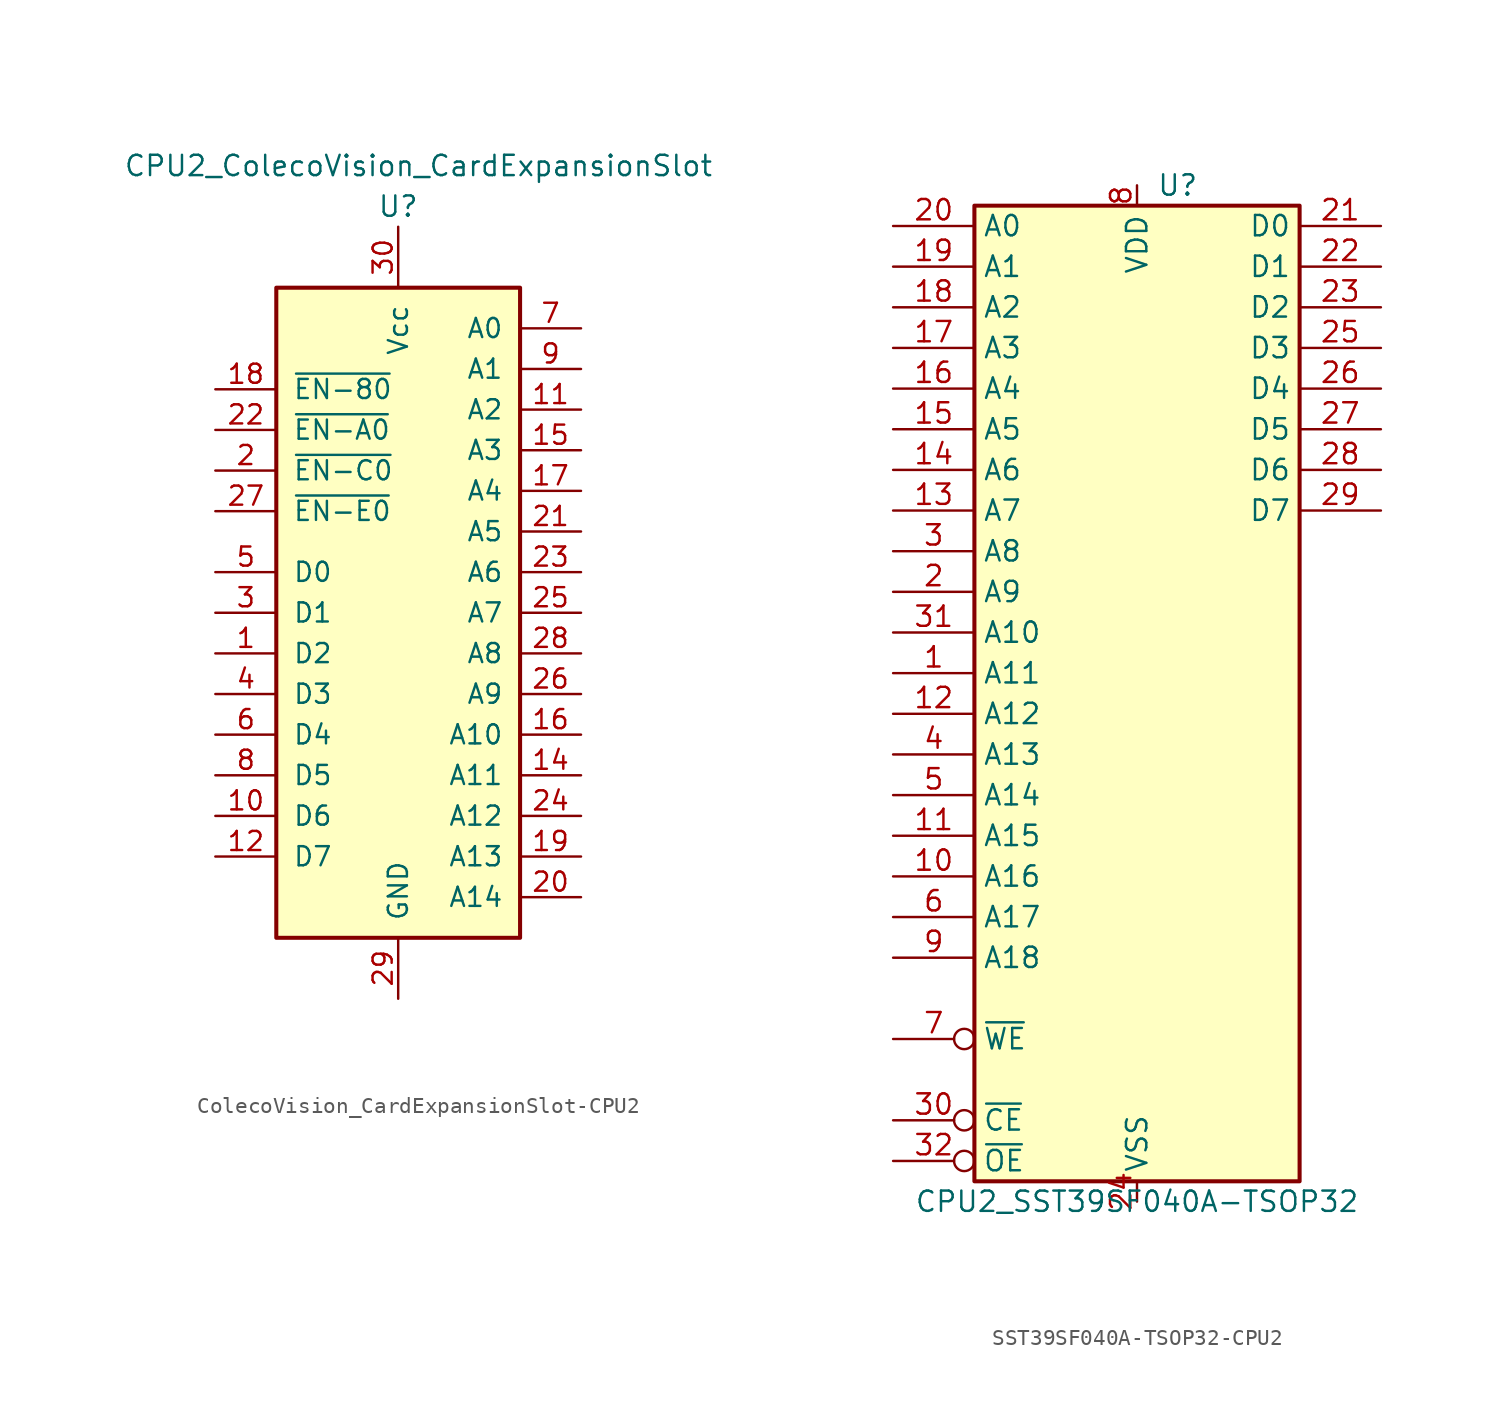
<source format=kicad_sym>
(kicad_symbol_lib
  (version 20231120)
  (generator "kicad_symbol_editor")
  (generator_version "8.0")
  (symbol "ColecoVision_CardExpansionSlot-CPU2"
    (pin_names
      (offset 1.016))
    (property "Reference" "U"
      (at 0 26.67 0)
      (effects (font (size 1.27 1.27))))
    (property "Value" "CPU2_ColecoVision_CardExpansionSlot"
      (at 1.27 29.21 0)
      (effects (font (size 1.27 1.27))))
    (symbol "ColecoVision_CardExpansionSlot-CPU2_0_0"
      (pin output line (at -11.43 -1.27 0) (length 3.81) (name "D2" (effects (font (size 1.194 1.194)))) (number "1" (effects (font (size 1.194 1.194)))))
      (pin output line (at -11.43 -11.43 0) (length 3.81) (name "D6" (effects (font (size 1.194 1.194)))) (number "10" (effects (font (size 1.194 1.194)))))
      (pin input line (at 11.43 13.97 180) (length 3.81) (name "A2" (effects (font (size 1.194 1.194)))) (number "11" (effects (font (size 1.194 1.194)))))
      (pin output line (at -11.43 -13.97 0) (length 3.81) (name "D7" (effects (font (size 1.194 1.194)))) (number "12" (effects (font (size 1.194 1.194)))))
      (pin input line (at 11.43 -8.89 180) (length 3.81) (name "A11" (effects (font (size 1.194 1.194)))) (number "14" (effects (font (size 1.194 1.194)))))
      (pin input line (at 11.43 11.43 180) (length 3.81) (name "A3" (effects (font (size 1.194 1.194)))) (number "15" (effects (font (size 1.194 1.194)))))
      (pin input line (at 11.43 -6.35 180) (length 3.81) (name "A10" (effects (font (size 1.194 1.194)))) (number "16" (effects (font (size 1.194 1.194)))))
      (pin input line (at 11.43 8.89 180) (length 3.81) (name "A4" (effects (font (size 1.194 1.194)))) (number "17" (effects (font (size 1.194 1.194)))))
      (pin input line (at -11.43 15.24 0) (length 3.81) (name "~{EN-80}" (effects (font (size 1.194 1.194)))) (number "18" (effects (font (size 1.194 1.194)))))
      (pin input line (at 11.43 -13.97 180) (length 3.81) (name "A13" (effects (font (size 1.194 1.194)))) (number "19" (effects (font (size 1.194 1.194)))))
      (pin input line (at -11.43 10.16 0) (length 3.81) (name "~{EN-C0}" (effects (font (size 1.194 1.194)))) (number "2" (effects (font (size 1.194 1.194)))))
      (pin input line (at 11.43 -16.51 180) (length 3.81) (name "A14" (effects (font (size 1.194 1.194)))) (number "20" (effects (font (size 1.194 1.194)))))
      (pin input line (at 11.43 6.35 180) (length 3.81) (name "A5" (effects (font (size 1.194 1.194)))) (number "21" (effects (font (size 1.194 1.194)))))
      (pin input line (at -11.43 12.7 0) (length 3.81) (name "~{EN-A0}" (effects (font (size 1.194 1.194)))) (number "22" (effects (font (size 1.194 1.194)))))
      (pin input line (at 11.43 3.81 180) (length 3.81) (name "A6" (effects (font (size 1.194 1.194)))) (number "23" (effects (font (size 1.194 1.194)))))
      (pin input line (at 11.43 -11.43 180) (length 3.81) (name "A12" (effects (font (size 1.194 1.194)))) (number "24" (effects (font (size 1.194 1.194)))))
      (pin input line (at 11.43 1.27 180) (length 3.81) (name "A7" (effects (font (size 1.194 1.194)))) (number "25" (effects (font (size 1.194 1.194)))))
      (pin input line (at 11.43 -3.81 180) (length 3.81) (name "A9" (effects (font (size 1.194 1.194)))) (number "26" (effects (font (size 1.194 1.194)))))
      (pin input line (at -11.43 7.62 0) (length 3.81) (name "~{EN-E0}" (effects (font (size 1.194 1.194)))) (number "27" (effects (font (size 1.194 1.194)))))
      (pin input line (at 11.43 -1.27 180) (length 3.81) (name "A8" (effects (font (size 1.194 1.194)))) (number "28" (effects (font (size 1.194 1.194)))))
      (pin power_out line (at 0 -22.86 90) (length 3.81) (name "GND" (effects (font (size 1.194 1.194)))) (number "29" (effects (font (size 1.194 1.194)))))
      (pin output line (at -11.43 1.27 0) (length 3.81) (name "D1" (effects (font (size 1.194 1.194)))) (number "3" (effects (font (size 1.194 1.194)))))
      (pin power_in line (at 0 25.4 270) (length 3.81) (name "Vcc" (effects (font (size 1.194 1.194)))) (number "30" (effects (font (size 1.194 1.194)))))
      (pin output line (at -11.43 -3.81 0) (length 3.81) (name "D3" (effects (font (size 1.194 1.194)))) (number "4" (effects (font (size 1.194 1.194)))))
      (pin output line (at -11.43 3.81 0) (length 3.81) (name "D0" (effects (font (size 1.194 1.194)))) (number "5" (effects (font (size 1.194 1.194)))))
      (pin output line (at -11.43 -6.35 0) (length 3.81) (name "D4" (effects (font (size 1.194 1.194)))) (number "6" (effects (font (size 1.194 1.194)))))
      (pin input line (at 11.43 19.05 180) (length 3.81) (name "A0" (effects (font (size 1.194 1.194)))) (number "7" (effects (font (size 1.194 1.194)))))
      (pin output line (at -11.43 -8.89 0) (length 3.81) (name "D5" (effects (font (size 1.194 1.194)))) (number "8" (effects (font (size 1.194 1.194)))))
      (pin input line (at 11.43 16.51 180) (length 3.81) (name "A1" (effects (font (size 1.194 1.194)))) (number "9" (effects (font (size 1.194 1.194))))))
    (symbol "ColecoVision_CardExpansionSlot-CPU2_0_1"
      (rectangle (start -7.62 21.59) (end 7.62 -19.05) (stroke (width 0.254) (type solid)) (fill (type background)))))
  (symbol "SST39SF040A-TSOP32-CPU2"
    (property "Reference" "U"
      (at 2.54 33.02 0)
      (effects (font (size 1.27 1.27))))
    (property "Value" "CPU2_SST39SF040A-TSOP32"
      (at 0 -30.48 0)
      (effects (font (size 1.27 1.27))))
    (symbol "SST39SF040A-TSOP32-CPU2_0_1"
      (rectangle (start -10.16 31.75) (end 10.16 -29.21) (stroke (width 0.254) (type solid)) (fill (type background))))
    (symbol "SST39SF040A-TSOP32-CPU2_1_1"
      (pin input line (at -15.24 2.54 0) (length 5.08) (name "A11" (effects (font (size 1.27 1.27)))) (number "1" (effects (font (size 1.27 1.27)))))
      (pin input line (at -15.24 -10.16 0) (length 5.08) (name "A16" (effects (font (size 1.27 1.27)))) (number "10" (effects (font (size 1.27 1.27)))))
      (pin input line (at -15.24 -7.62 0) (length 5.08) (name "A15" (effects (font (size 1.27 1.27)))) (number "11" (effects (font (size 1.27 1.27)))))
      (pin input line (at -15.24 0 0) (length 5.08) (name "A12" (effects (font (size 1.27 1.27)))) (number "12" (effects (font (size 1.27 1.27)))))
      (pin input line (at -15.24 12.7 0) (length 5.08) (name "A7" (effects (font (size 1.27 1.27)))) (number "13" (effects (font (size 1.27 1.27)))))
      (pin input line (at -15.24 15.24 0) (length 5.08) (name "A6" (effects (font (size 1.27 1.27)))) (number "14" (effects (font (size 1.27 1.27)))))
      (pin input line (at -15.24 17.78 0) (length 5.08) (name "A5" (effects (font (size 1.27 1.27)))) (number "15" (effects (font (size 1.27 1.27)))))
      (pin input line (at -15.24 20.32 0) (length 5.08) (name "A4" (effects (font (size 1.27 1.27)))) (number "16" (effects (font (size 1.27 1.27)))))
      (pin input line (at -15.24 22.86 0) (length 5.08) (name "A3" (effects (font (size 1.27 1.27)))) (number "17" (effects (font (size 1.27 1.27)))))
      (pin input line (at -15.24 25.4 0) (length 5.08) (name "A2" (effects (font (size 1.27 1.27)))) (number "18" (effects (font (size 1.27 1.27)))))
      (pin input line (at -15.24 27.94 0) (length 5.08) (name "A1" (effects (font (size 1.27 1.27)))) (number "19" (effects (font (size 1.27 1.27)))))
      (pin input line (at -15.24 7.62 0) (length 5.08) (name "A9" (effects (font (size 1.27 1.27)))) (number "2" (effects (font (size 1.27 1.27)))))
      (pin input line (at -15.24 30.48 0) (length 5.08) (name "A0" (effects (font (size 1.27 1.27)))) (number "20" (effects (font (size 1.27 1.27)))))
      (pin tri_state line (at 15.24 30.48 180) (length 5.08) (name "D0" (effects (font (size 1.27 1.27)))) (number "21" (effects (font (size 1.27 1.27)))))
      (pin tri_state line (at 15.24 27.94 180) (length 5.08) (name "D1" (effects (font (size 1.27 1.27)))) (number "22" (effects (font (size 1.27 1.27)))))
      (pin tri_state line (at 15.24 25.4 180) (length 5.08) (name "D2" (effects (font (size 1.27 1.27)))) (number "23" (effects (font (size 1.27 1.27)))))
      (pin power_in line (at 0 -30.48 90) (length 1.27) (name "VSS" (effects (font (size 1.27 1.27)))) (number "24" (effects (font (size 1.27 1.27)))))
      (pin tri_state line (at 15.24 22.86 180) (length 5.08) (name "D3" (effects (font (size 1.27 1.27)))) (number "25" (effects (font (size 1.27 1.27)))))
      (pin tri_state line (at 15.24 20.32 180) (length 5.08) (name "D4" (effects (font (size 1.27 1.27)))) (number "26" (effects (font (size 1.27 1.27)))))
      (pin tri_state line (at 15.24 17.78 180) (length 5.08) (name "D5" (effects (font (size 1.27 1.27)))) (number "27" (effects (font (size 1.27 1.27)))))
      (pin tri_state line (at 15.24 15.24 180) (length 5.08) (name "D6" (effects (font (size 1.27 1.27)))) (number "28" (effects (font (size 1.27 1.27)))))
      (pin tri_state line (at 15.24 12.7 180) (length 5.08) (name "D7" (effects (font (size 1.27 1.27)))) (number "29" (effects (font (size 1.27 1.27)))))
      (pin input line (at -15.24 10.16 0) (length 5.08) (name "A8" (effects (font (size 1.27 1.27)))) (number "3" (effects (font (size 1.27 1.27)))))
      (pin input inverted (at -15.24 -25.4 0) (length 5.08) (name "~{CE}" (effects (font (size 1.27 1.27)))) (number "30" (effects (font (size 1.27 1.27)))))
      (pin input line (at -15.24 5.08 0) (length 5.08) (name "A10" (effects (font (size 1.27 1.27)))) (number "31" (effects (font (size 1.27 1.27)))))
      (pin input inverted (at -15.24 -27.94 0) (length 5.08) (name "~{OE}" (effects (font (size 1.27 1.27)))) (number "32" (effects (font (size 1.27 1.27)))))
      (pin input line (at -15.24 -2.54 0) (length 5.08) (name "A13" (effects (font (size 1.27 1.27)))) (number "4" (effects (font (size 1.27 1.27)))))
      (pin input line (at -15.24 -5.08 0) (length 5.08) (name "A14" (effects (font (size 1.27 1.27)))) (number "5" (effects (font (size 1.27 1.27)))))
      (pin input line (at -15.24 -12.7 0) (length 5.08) (name "A17" (effects (font (size 1.27 1.27)))) (number "6" (effects (font (size 1.27 1.27)))))
      (pin input inverted (at -15.24 -20.32 0) (length 5.08) (name "~{WE}" (effects (font (size 1.27 1.27)))) (number "7" (effects (font (size 1.27 1.27)))))
      (pin power_in line (at 0 33.02 270) (length 1.27) (name "VDD" (effects (font (size 1.27 1.27)))) (number "8" (effects (font (size 1.27 1.27)))))
      (pin input line (at -15.24 -15.24 0) (length 5.08) (name "A18" (effects (font (size 1.27 1.27)))) (number "9" (effects (font (size 1.27 1.27))))))))
</source>
